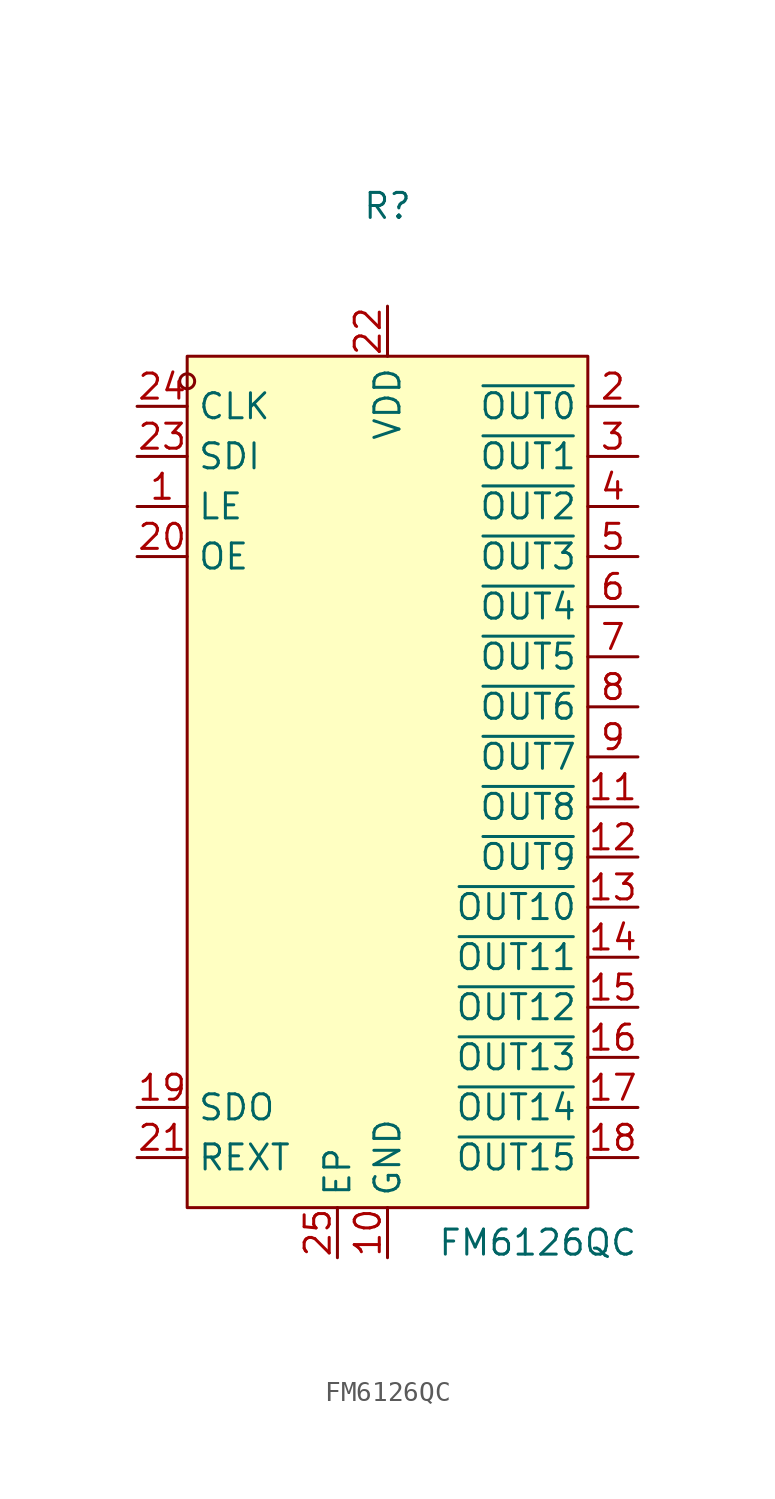
<source format=kicad_sym>
(kicad_symbol_lib
  (version 20241209)
  (generator "kicad_symbol_editor")
  (generator_version "9.0")
  (symbol "FM6126QC"
    (property "Reference" "R"
      (at 0 24.13 0)
      (effects (font (size 1.27 1.27))))
    (property "Value" "FM6126QC"
      (at 7.62 -28.448 0)
      (effects (font (size 1.27 1.27))))
    (symbol "FM6126QC_0_1"
      (rectangle (start -10.16 16.51) (end 10.16 -26.67) (stroke (width 0) (type default)) (fill (type background)))
      (circle (center -10.16 15.24) (radius 0.38) (stroke (width 0) (type default)) (fill (type none)))
      (pin unspecified line (at -12.7 8.89 0) (length 2.54) (name "LE" (effects (font (size 1.27 1.27)))) (number "1" (effects (font (size 1.27 1.27)))))
      (pin unspecified line (at 12.7 -11.43 180) (length 2.54) (name "~{OUT10}" (effects (font (size 1.27 1.27)))) (number "13" (effects (font (size 1.27 1.27)))))
      (pin unspecified line (at 12.7 -13.97 180) (length 2.54) (name "~{OUT11}" (effects (font (size 1.27 1.27)))) (number "14" (effects (font (size 1.27 1.27)))))
      (pin unspecified line (at 12.7 -16.51 180) (length 2.54) (name "~{OUT12}" (effects (font (size 1.27 1.27)))) (number "15" (effects (font (size 1.27 1.27)))))
      (pin unspecified line (at 12.7 -19.05 180) (length 2.54) (name "~{OUT13}" (effects (font (size 1.27 1.27)))) (number "16" (effects (font (size 1.27 1.27)))))
      (pin unspecified line (at 12.7 -21.59 180) (length 2.54) (name "~{OUT14}" (effects (font (size 1.27 1.27)))) (number "17" (effects (font (size 1.27 1.27)))))
      (pin unspecified line (at 12.7 -24.13 180) (length 2.54) (name "~{OUT15}" (effects (font (size 1.27 1.27)))) (number "18" (effects (font (size 1.27 1.27))))))
    (symbol "FM6126QC_1_1"
      (pin unspecified line (at -12.7 13.97 0) (length 2.54) (name "CLK" (effects (font (size 1.27 1.27)))) (number "24" (effects (font (size 1.27 1.27)))))
      (pin unspecified line (at -12.7 11.43 0) (length 2.54) (name "SDI" (effects (font (size 1.27 1.27)))) (number "23" (effects (font (size 1.27 1.27)))))
      (pin unspecified line (at -12.7 6.35 0) (length 2.54) (name "OE" (effects (font (size 1.27 1.27)))) (number "20" (effects (font (size 1.27 1.27)))))
      (pin unspecified line (at -12.7 -21.59 0) (length 2.54) (name "SDO" (effects (font (size 1.27 1.27)))) (number "19" (effects (font (size 1.27 1.27)))))
      (pin unspecified line (at -12.7 -24.13 0) (length 2.54) (name "REXT" (effects (font (size 1.27 1.27)))) (number "21" (effects (font (size 1.27 1.27)))))
      (pin unspecified line (at -2.54 -29.21 90) (length 2.54) (name "EP" (effects (font (size 1.27 1.27)))) (number "25" (effects (font (size 1.27 1.27)))))
      (pin unspecified line (at 0 19.05 270) (length 2.54) (name "VDD" (effects (font (size 1.27 1.27)))) (number "22" (effects (font (size 1.27 1.27)))))
      (pin unspecified line (at 0 -29.21 90) (length 2.54) (name "GND" (effects (font (size 1.27 1.27)))) (number "10" (effects (font (size 1.27 1.27)))))
      (pin unspecified line (at 12.7 13.97 180) (length 2.54) (name "~{OUT0}" (effects (font (size 1.27 1.27)))) (number "2" (effects (font (size 1.27 1.27)))))
      (pin unspecified line (at 12.7 11.43 180) (length 2.54) (name "~{OUT1}" (effects (font (size 1.27 1.27)))) (number "3" (effects (font (size 1.27 1.27)))))
      (pin unspecified line (at 12.7 8.89 180) (length 2.54) (name "~{OUT2}" (effects (font (size 1.27 1.27)))) (number "4" (effects (font (size 1.27 1.27)))))
      (pin unspecified line (at 12.7 6.35 180) (length 2.54) (name "~{OUT3}" (effects (font (size 1.27 1.27)))) (number "5" (effects (font (size 1.27 1.27)))))
      (pin unspecified line (at 12.7 3.81 180) (length 2.54) (name "~{OUT4}" (effects (font (size 1.27 1.27)))) (number "6" (effects (font (size 1.27 1.27)))))
      (pin unspecified line (at 12.7 1.27 180) (length 2.54) (name "~{OUT5}" (effects (font (size 1.27 1.27)))) (number "7" (effects (font (size 1.27 1.27)))))
      (pin unspecified line (at 12.7 -1.27 180) (length 2.54) (name "~{OUT6}" (effects (font (size 1.27 1.27)))) (number "8" (effects (font (size 1.27 1.27)))))
      (pin unspecified line (at 12.7 -3.81 180) (length 2.54) (name "~{OUT7}" (effects (font (size 1.27 1.27)))) (number "9" (effects (font (size 1.27 1.27)))))
      (pin unspecified line (at 12.7 -6.35 180) (length 2.54) (name "~{OUT8}" (effects (font (size 1.27 1.27)))) (number "11" (effects (font (size 1.27 1.27)))))
      (pin unspecified line (at 12.7 -8.89 180) (length 2.54) (name "~{OUT9}" (effects (font (size 1.27 1.27)))) (number "12" (effects (font (size 1.27 1.27))))))))
</source>
